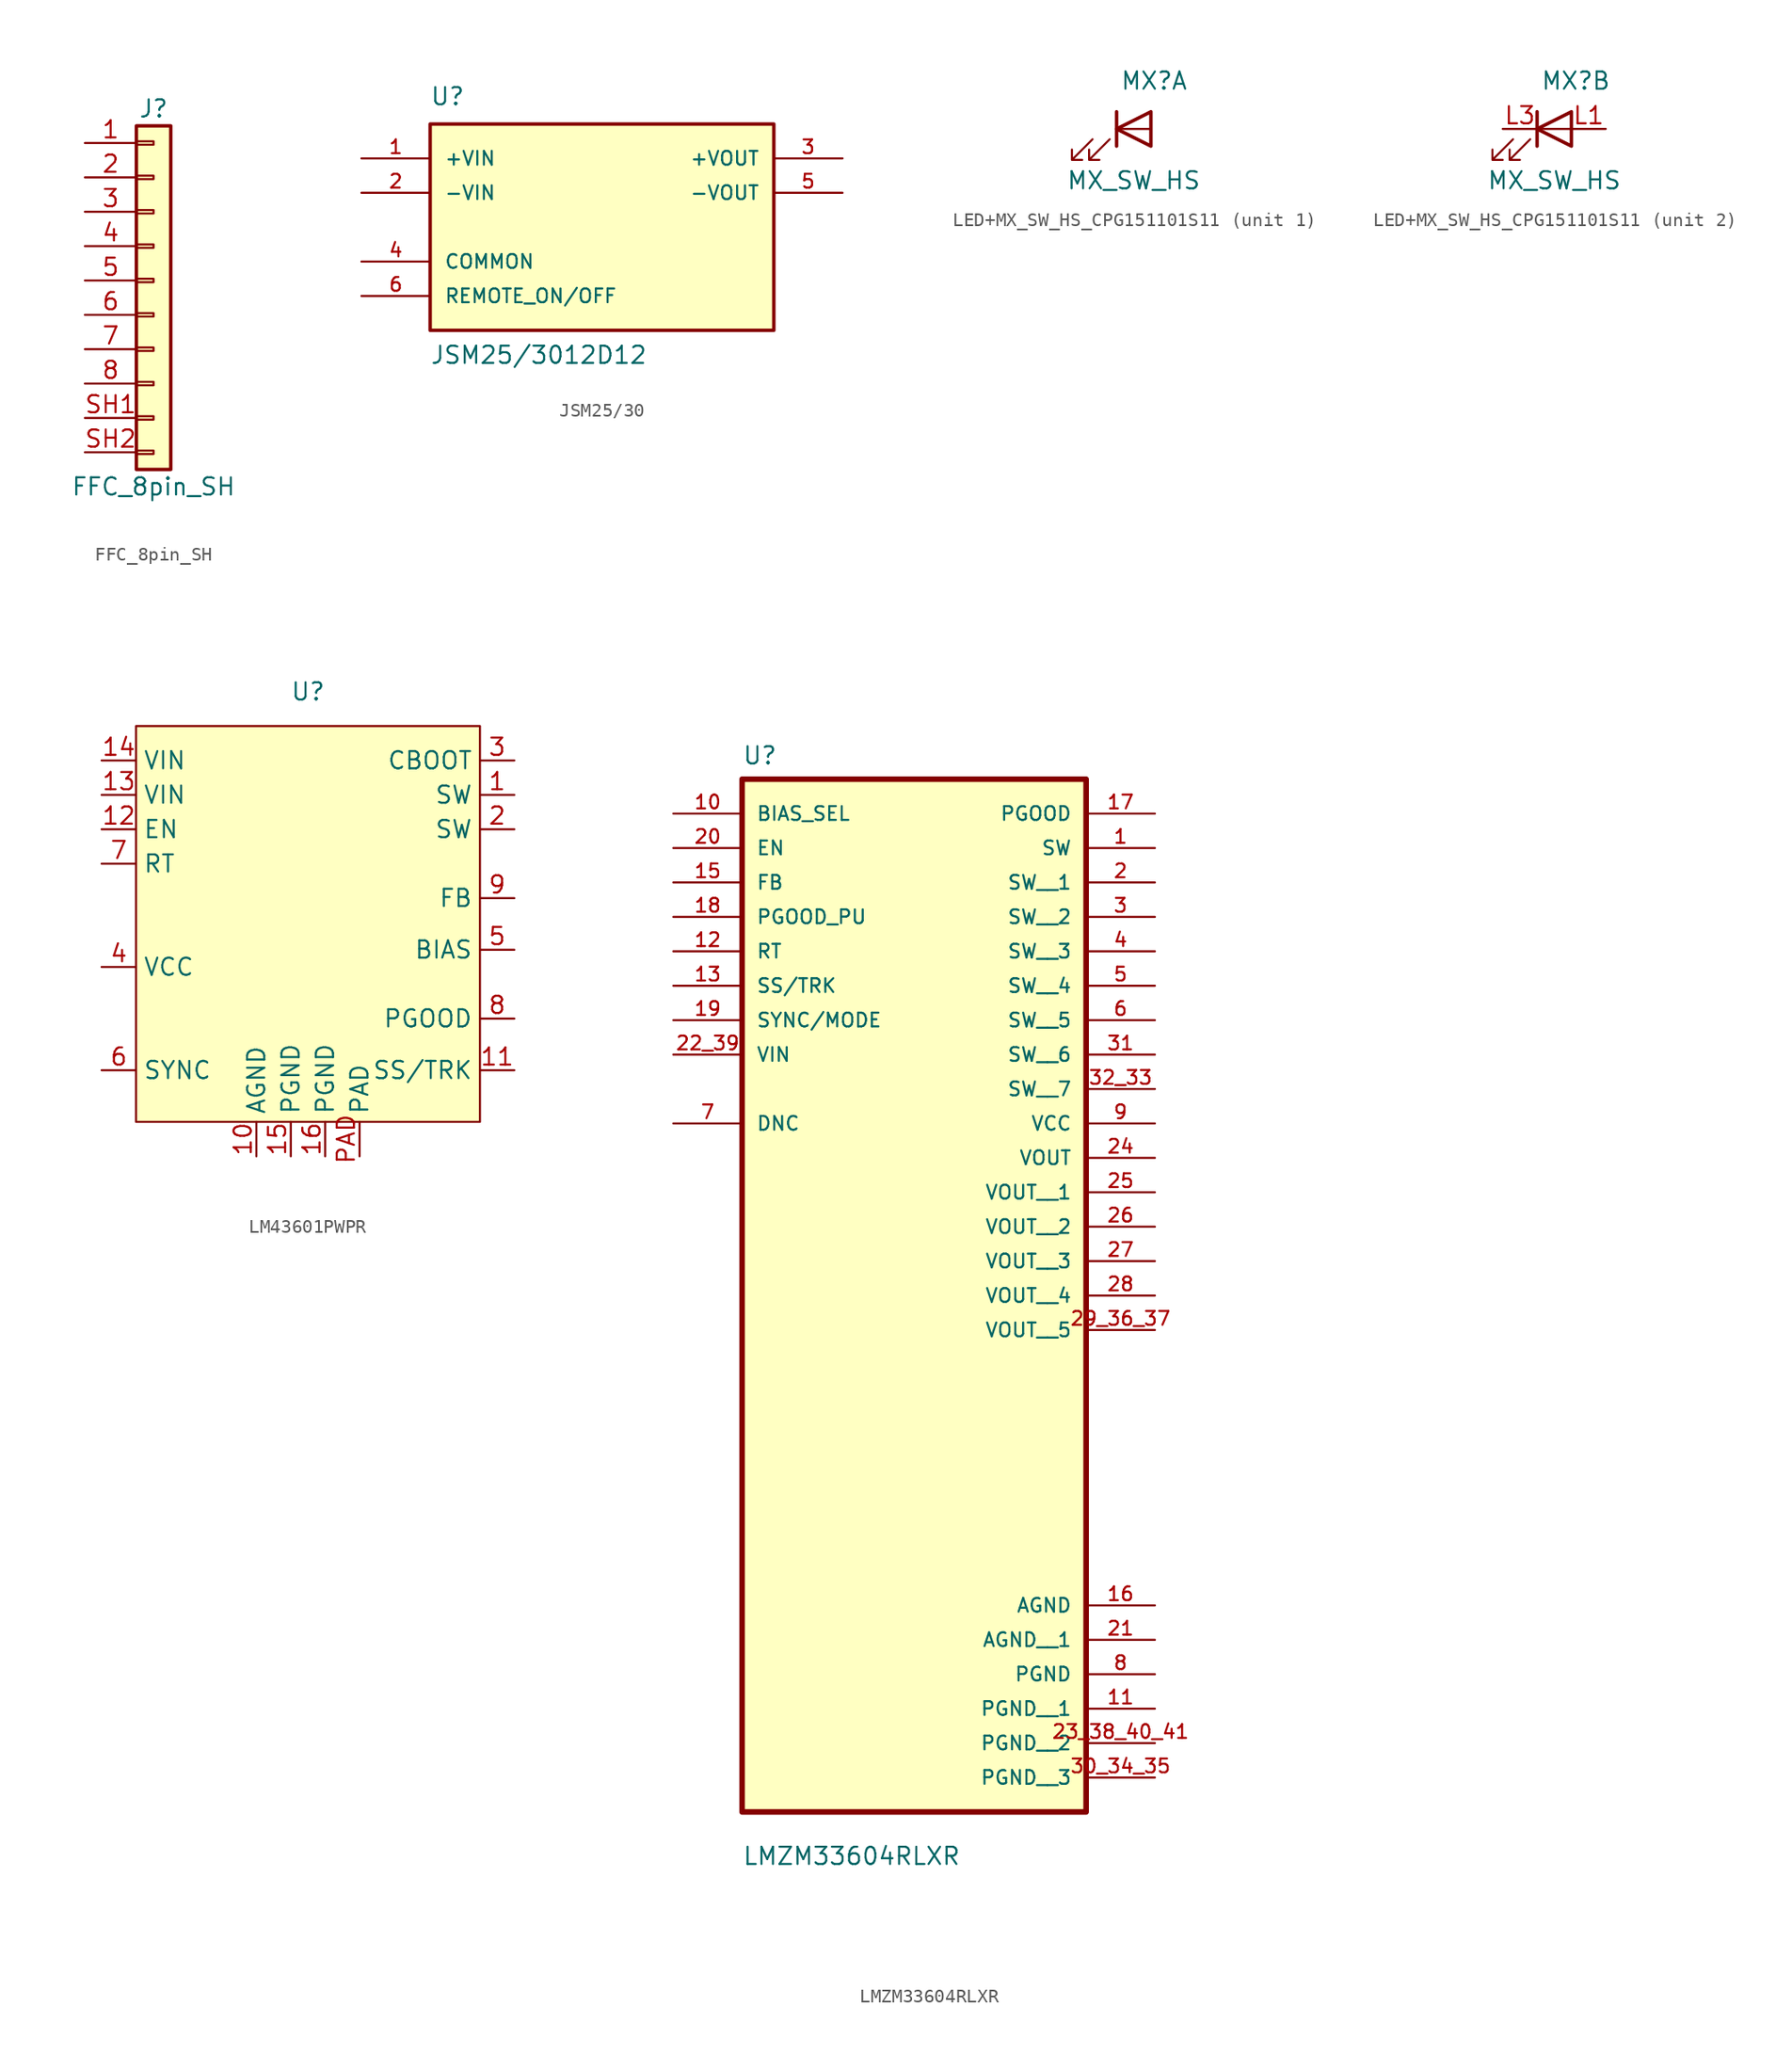
<source format=kicad_sym>
(kicad_symbol_lib
  (version 20231120)
  (generator "kicad_symbol_editor")
  (generator_version "8.0")
  (symbol "FFC_8pin_SH"
    (pin_names
      (offset 1.016) hide)
    (property "Reference" "J"
      (at 0 12.7 0)
      (effects (font (size 1.27 1.27))))
    (property "Value" "FFC_8pin_SH"
      (at 0 -15.24 0)
      (effects (font (size 1.27 1.27))))
    (symbol "FFC_8pin_SH_1_1"
      (rectangle (start -1.27 -12.573) (end 0 -12.827) (stroke (width 0.152) (type default)) (fill (type none)))
      (rectangle (start -1.27 -10.033) (end 0 -10.287) (stroke (width 0.152) (type default)) (fill (type none)))
      (rectangle (start -1.27 -7.493) (end 0 -7.747) (stroke (width 0.152) (type default)) (fill (type none)))
      (rectangle (start -1.27 -4.953) (end 0 -5.207) (stroke (width 0.152) (type default)) (fill (type none)))
      (rectangle (start -1.27 -2.413) (end 0 -2.667) (stroke (width 0.152) (type default)) (fill (type none)))
      (rectangle (start -1.27 0.127) (end 0 -0.127) (stroke (width 0.152) (type default)) (fill (type none)))
      (rectangle (start -1.27 2.667) (end 0 2.413) (stroke (width 0.152) (type default)) (fill (type none)))
      (rectangle (start -1.27 5.207) (end 0 4.953) (stroke (width 0.152) (type default)) (fill (type none)))
      (rectangle (start -1.27 7.747) (end 0 7.493) (stroke (width 0.152) (type default)) (fill (type none)))
      (rectangle (start -1.27 10.287) (end 0 10.033) (stroke (width 0.152) (type default)) (fill (type none)))
      (rectangle (start -1.27 11.43) (end 1.27 -13.97) (stroke (width 0.254) (type default)) (fill (type background)))
      (pin passive line (at -5.08 10.16 0) (length 3.81) (name "Pin_1" (effects (font (size 1.27 1.27)))) (number "1" (effects (font (size 1.27 1.27)))))
      (pin passive line (at -5.08 7.62 0) (length 3.81) (name "Pin_2" (effects (font (size 1.27 1.27)))) (number "2" (effects (font (size 1.27 1.27)))))
      (pin passive line (at -5.08 5.08 0) (length 3.81) (name "Pin_3" (effects (font (size 1.27 1.27)))) (number "3" (effects (font (size 1.27 1.27)))))
      (pin passive line (at -5.08 2.54 0) (length 3.81) (name "Pin_4" (effects (font (size 1.27 1.27)))) (number "4" (effects (font (size 1.27 1.27)))))
      (pin passive line (at -5.08 0 0) (length 3.81) (name "Pin_5" (effects (font (size 1.27 1.27)))) (number "5" (effects (font (size 1.27 1.27)))))
      (pin passive line (at -5.08 -2.54 0) (length 3.81) (name "Pin_6" (effects (font (size 1.27 1.27)))) (number "6" (effects (font (size 1.27 1.27)))))
      (pin passive line (at -5.08 -5.08 0) (length 3.81) (name "Pin_7" (effects (font (size 1.27 1.27)))) (number "7" (effects (font (size 1.27 1.27)))))
      (pin passive line (at -5.08 -7.62 0) (length 3.81) (name "Pin_8" (effects (font (size 1.27 1.27)))) (number "8" (effects (font (size 1.27 1.27)))))
      (pin passive line (at -5.08 -10.16 0) (length 3.81) (name "SH1" (effects (font (size 1.27 1.27)))) (number "SH1" (effects (font (size 1.27 1.27)))))
      (pin passive line (at -5.08 -12.7 0) (length 3.81) (name "SH2" (effects (font (size 1.27 1.27)))) (number "SH2" (effects (font (size 1.27 1.27)))))))
  (symbol "JSM25/30"
    (pin_names
      (offset 1.016))
    (property "Reference" "U"
      (at -12.725 8.915 0)
      (effects (font (size 1.27 1.27)) (justify left bottom)))
    (property "Value" "JSM25/3012D12"
      (at -12.725 -10.185 0)
      (effects (font (size 1.27 1.27)) (justify left bottom)))
    (symbol "JSM25/30_0_0"
      (rectangle (start -12.7 -7.62) (end 12.7 7.62) (stroke (width 0.254) (type solid)) (fill (type background)))
      (pin input line (at -17.78 5.08 0) (length 5.08) (name "+VIN" (effects (font (size 1.016 1.016)))) (number "1" (effects (font (size 1.016 1.016)))))
      (pin input line (at -17.78 2.54 0) (length 5.08) (name "-VIN" (effects (font (size 1.016 1.016)))) (number "2" (effects (font (size 1.016 1.016)))))
      (pin output line (at 17.78 5.08 180) (length 5.08) (name "+VOUT" (effects (font (size 1.016 1.016)))) (number "3" (effects (font (size 1.016 1.016)))))
      (pin input line (at -17.78 -2.54 0) (length 5.08) (name "COMMON" (effects (font (size 1.016 1.016)))) (number "4" (effects (font (size 1.016 1.016)))))
      (pin output line (at 17.78 2.54 180) (length 5.08) (name "-VOUT" (effects (font (size 1.016 1.016)))) (number "5" (effects (font (size 1.016 1.016)))))
      (pin bidirectional line (at -17.78 -5.08 0) (length 5.08) (name "REMOTE_ON/OFF" (effects (font (size 1.016 1.016)))) (number "6" (effects (font (size 1.016 1.016)))))))
  (symbol "LED+MX_SW_HS_CPG151101S11"
    (pin_names
      (offset 1.016) hide)
    (property "Reference" "MX"
      (at -1.016 3.556 0)
      (effects (font (size 1.27 1.27)) (justify left)))
    (property "Value" "MX_SW_HS"
      (at 0 -3.81 0)
      (effects (font (size 1.27 1.27))))
    (property "ki_locked" ""
      (at 0 0 0)
      (effects (font (size 1.27 1.27))))
    (symbol "LED+MX_SW_HS_CPG151101S11_0_1"
      (polyline (pts (xy -1.27 -1.27) (xy -1.27 1.27)) (stroke (width 0.254) (type default)) (fill (type none)))
      (polyline (pts (xy -1.27 0) (xy 1.27 0)) (stroke (width 0) (type default)) (fill (type none)))
      (polyline (pts (xy 1.27 -1.27) (xy 1.27 1.27) (xy -1.27 0) (xy 1.27 -1.27)) (stroke (width 0.254) (type default)) (fill (type none)))
      (polyline (pts (xy -3.048 -0.762) (xy -4.572 -2.286) (xy -3.81 -2.286) (xy -4.572 -2.286) (xy -4.572 -1.524)) (stroke (width 0) (type default)) (fill (type none)))
      (polyline (pts (xy -1.778 -0.762) (xy -3.302 -2.286) (xy -2.54 -2.286) (xy -3.302 -2.286) (xy -3.302 -1.524)) (stroke (width 0) (type default)) (fill (type none))))
    (symbol "LED+MX_SW_HS_CPG151101S11_2_1"
      (pin passive line (at 3.81 0 180) (length 2.54) (name "A" (effects (font (size 1.27 1.27)))) (number "L1" (effects (font (size 1.27 1.27)))))
      (pin passive line (at -3.81 0 0) (length 2.54) (name "K" (effects (font (size 1.27 1.27)))) (number "L3" (effects (font (size 1.27 1.27)))))))
  (symbol "LM43601PWPR"
    (property "Reference" "U"
      (at 0 0 0)
      (effects (font (size 1.27 1.27))))
    (property "Value" ""
      (at 0 0 0)
      (effects (font (size 1.27 1.27))))
    (symbol "LM43601PWPR_1_1"
      (rectangle (start -12.7 -2.54) (end 12.7 -31.75) (stroke (width 0) (type default)) (fill (type background)))
      (pin passive line (at 15.24 -7.62 180) (length 2.54) (name "SW" (effects (font (size 1.27 1.27)))) (number "1" (effects (font (size 1.27 1.27)))))
      (pin passive line (at -3.81 -34.29 90) (length 2.54) (name "AGND" (effects (font (size 1.27 1.27)))) (number "10" (effects (font (size 1.27 1.27)))))
      (pin passive line (at 15.24 -27.94 180) (length 2.54) (name "SS/TRK" (effects (font (size 1.27 1.27)))) (number "11" (effects (font (size 1.27 1.27)))))
      (pin passive line (at -15.24 -10.16 0) (length 2.54) (name "EN" (effects (font (size 1.27 1.27)))) (number "12" (effects (font (size 1.27 1.27)))))
      (pin passive line (at -15.24 -7.62 0) (length 2.54) (name "VIN" (effects (font (size 1.27 1.27)))) (number "13" (effects (font (size 1.27 1.27)))))
      (pin passive line (at -15.24 -5.08 0) (length 2.54) (name "VIN" (effects (font (size 1.27 1.27)))) (number "14" (effects (font (size 1.27 1.27)))))
      (pin passive line (at -1.27 -34.29 90) (length 2.54) (name "PGND" (effects (font (size 1.27 1.27)))) (number "15" (effects (font (size 1.27 1.27)))))
      (pin passive line (at 1.27 -34.29 90) (length 2.54) (name "PGND" (effects (font (size 1.27 1.27)))) (number "16" (effects (font (size 1.27 1.27)))))
      (pin passive line (at 15.24 -10.16 180) (length 2.54) (name "SW" (effects (font (size 1.27 1.27)))) (number "2" (effects (font (size 1.27 1.27)))))
      (pin passive line (at 15.24 -5.08 180) (length 2.54) (name "CBOOT" (effects (font (size 1.27 1.27)))) (number "3" (effects (font (size 1.27 1.27)))))
      (pin passive line (at -15.24 -20.32 0) (length 2.54) (name "VCC" (effects (font (size 1.27 1.27)))) (number "4" (effects (font (size 1.27 1.27)))))
      (pin passive line (at 15.24 -19.05 180) (length 2.54) (name "BIAS" (effects (font (size 1.27 1.27)))) (number "5" (effects (font (size 1.27 1.27)))))
      (pin passive line (at -15.24 -27.94 0) (length 2.54) (name "SYNC" (effects (font (size 1.27 1.27)))) (number "6" (effects (font (size 1.27 1.27)))))
      (pin passive line (at -15.24 -12.7 0) (length 2.54) (name "RT" (effects (font (size 1.27 1.27)))) (number "7" (effects (font (size 1.27 1.27)))))
      (pin passive line (at 15.24 -24.13 180) (length 2.54) (name "PGOOD" (effects (font (size 1.27 1.27)))) (number "8" (effects (font (size 1.27 1.27)))))
      (pin passive line (at 15.24 -15.24 180) (length 2.54) (name "FB" (effects (font (size 1.27 1.27)))) (number "9" (effects (font (size 1.27 1.27)))))
      (pin passive line (at 3.81 -34.29 90) (length 2.54) (name "PAD" (effects (font (size 1.27 1.27)))) (number "PAD" (effects (font (size 1.27 1.27)))))))
  (symbol "LMZM33604RLXR"
    (pin_names
      (offset 1.016))
    (property "Reference" "U"
      (at -12.7 18.78 0)
      (effects (font (size 1.27 1.27)) (justify left bottom)))
    (property "Value" "LMZM33604RLXR"
      (at -12.7 -62.42 0)
      (effects (font (size 1.27 1.27)) (justify left bottom)))
    (symbol "LMZM33604RLXR_0_0"
      (rectangle (start -12.7 -58.42) (end 12.7 17.78) (stroke (width 0.41) (type default)) (fill (type background)))
      (pin output line (at 17.78 12.7 180) (length 5.08) (name "SW" (effects (font (size 1.016 1.016)))) (number "1" (effects (font (size 1.016 1.016)))))
      (pin input line (at -17.78 15.24 0) (length 5.08) (name "BIAS_SEL" (effects (font (size 1.016 1.016)))) (number "10" (effects (font (size 1.016 1.016)))))
      (pin power_in line (at 17.78 -50.8 180) (length 5.08) (name "PGND__1" (effects (font (size 1.016 1.016)))) (number "11" (effects (font (size 1.016 1.016)))))
      (pin input line (at -17.78 5.08 0) (length 5.08) (name "RT" (effects (font (size 1.016 1.016)))) (number "12" (effects (font (size 1.016 1.016)))))
      (pin input line (at -17.78 2.54 0) (length 5.08) (name "SS/TRK" (effects (font (size 1.016 1.016)))) (number "13" (effects (font (size 1.016 1.016)))))
      (pin input line (at -17.78 10.16 0) (length 5.08) (name "FB" (effects (font (size 1.016 1.016)))) (number "15" (effects (font (size 1.016 1.016)))))
      (pin power_in line (at 17.78 -43.18 180) (length 5.08) (name "AGND" (effects (font (size 1.016 1.016)))) (number "16" (effects (font (size 1.016 1.016)))))
      (pin output line (at 17.78 15.24 180) (length 5.08) (name "PGOOD" (effects (font (size 1.016 1.016)))) (number "17" (effects (font (size 1.016 1.016)))))
      (pin input line (at -17.78 7.62 0) (length 5.08) (name "PGOOD_PU" (effects (font (size 1.016 1.016)))) (number "18" (effects (font (size 1.016 1.016)))))
      (pin input line (at -17.78 0 0) (length 5.08) (name "SYNC/MODE" (effects (font (size 1.016 1.016)))) (number "19" (effects (font (size 1.016 1.016)))))
      (pin output line (at 17.78 10.16 180) (length 5.08) (name "SW__1" (effects (font (size 1.016 1.016)))) (number "2" (effects (font (size 1.016 1.016)))))
      (pin input line (at -17.78 12.7 0) (length 5.08) (name "EN" (effects (font (size 1.016 1.016)))) (number "20" (effects (font (size 1.016 1.016)))))
      (pin power_in line (at 17.78 -45.72 180) (length 5.08) (name "AGND__1" (effects (font (size 1.016 1.016)))) (number "21" (effects (font (size 1.016 1.016)))))
      (pin input line (at -17.78 -2.54 0) (length 5.08) (name "VIN" (effects (font (size 1.016 1.016)))) (number "22_39" (effects (font (size 1.016 1.016)))))
      (pin power_in line (at 17.78 -53.34 180) (length 5.08) (name "PGND__2" (effects (font (size 1.016 1.016)))) (number "23_38_40_41" (effects (font (size 1.016 1.016)))))
      (pin output line (at 17.78 -10.16 180) (length 5.08) (name "VOUT" (effects (font (size 1.016 1.016)))) (number "24" (effects (font (size 1.016 1.016)))))
      (pin output line (at 17.78 -12.7 180) (length 5.08) (name "VOUT__1" (effects (font (size 1.016 1.016)))) (number "25" (effects (font (size 1.016 1.016)))))
      (pin output line (at 17.78 -15.24 180) (length 5.08) (name "VOUT__2" (effects (font (size 1.016 1.016)))) (number "26" (effects (font (size 1.016 1.016)))))
      (pin output line (at 17.78 -17.78 180) (length 5.08) (name "VOUT__3" (effects (font (size 1.016 1.016)))) (number "27" (effects (font (size 1.016 1.016)))))
      (pin output line (at 17.78 -20.32 180) (length 5.08) (name "VOUT__4" (effects (font (size 1.016 1.016)))) (number "28" (effects (font (size 1.016 1.016)))))
      (pin output line (at 17.78 -22.86 180) (length 5.08) (name "VOUT__5" (effects (font (size 1.016 1.016)))) (number "29_36_37" (effects (font (size 1.016 1.016)))))
      (pin output line (at 17.78 7.62 180) (length 5.08) (name "SW__2" (effects (font (size 1.016 1.016)))) (number "3" (effects (font (size 1.016 1.016)))))
      (pin power_in line (at 17.78 -55.88 180) (length 5.08) (name "PGND__3" (effects (font (size 1.016 1.016)))) (number "30_34_35" (effects (font (size 1.016 1.016)))))
      (pin output line (at 17.78 -2.54 180) (length 5.08) (name "SW__6" (effects (font (size 1.016 1.016)))) (number "31" (effects (font (size 1.016 1.016)))))
      (pin output line (at 17.78 -5.08 180) (length 5.08) (name "SW__7" (effects (font (size 1.016 1.016)))) (number "32_33" (effects (font (size 1.016 1.016)))))
      (pin output line (at 17.78 5.08 180) (length 5.08) (name "SW__3" (effects (font (size 1.016 1.016)))) (number "4" (effects (font (size 1.016 1.016)))))
      (pin output line (at 17.78 2.54 180) (length 5.08) (name "SW__4" (effects (font (size 1.016 1.016)))) (number "5" (effects (font (size 1.016 1.016)))))
      (pin output line (at 17.78 0 180) (length 5.08) (name "SW__5" (effects (font (size 1.016 1.016)))) (number "6" (effects (font (size 1.016 1.016)))))
      (pin bidirectional line (at -17.78 -7.62 0) (length 5.08) (name "DNC" (effects (font (size 1.016 1.016)))) (number "7" (effects (font (size 1.016 1.016)))))
      (pin power_in line (at 17.78 -48.26 180) (length 5.08) (name "PGND" (effects (font (size 1.016 1.016)))) (number "8" (effects (font (size 1.016 1.016)))))
      (pin output line (at 17.78 -7.62 180) (length 5.08) (name "VCC" (effects (font (size 1.016 1.016)))) (number "9" (effects (font (size 1.016 1.016))))))))
</source>
